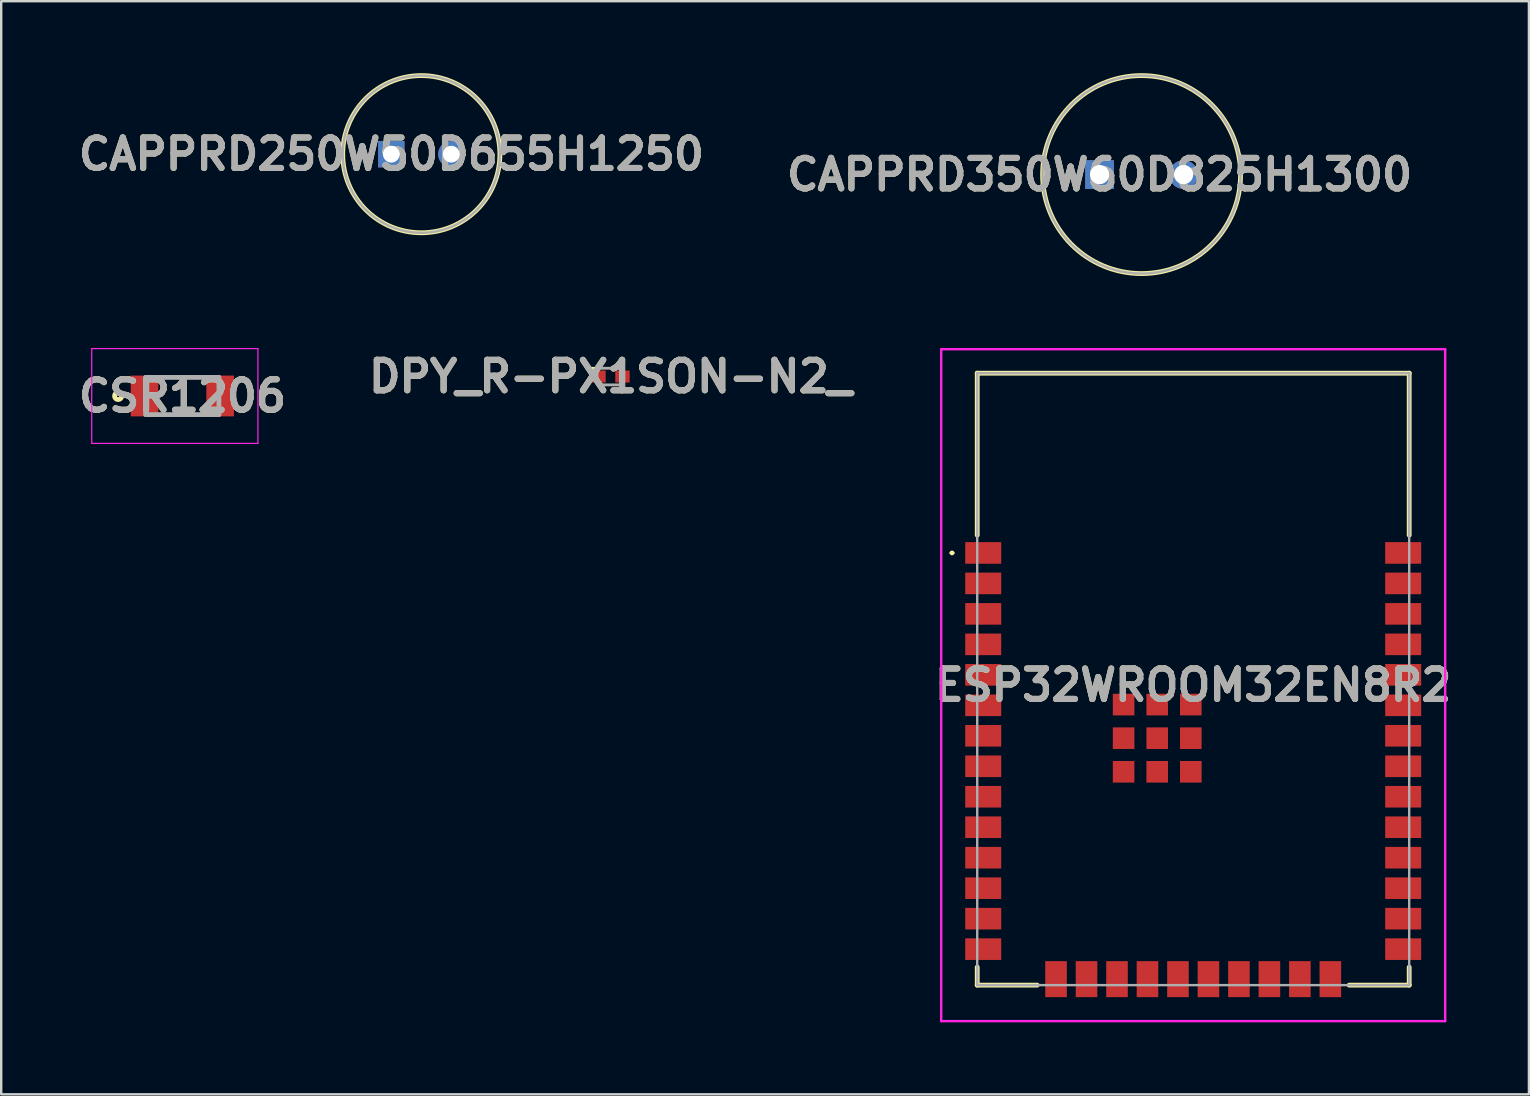
<source format=kicad_pcb>
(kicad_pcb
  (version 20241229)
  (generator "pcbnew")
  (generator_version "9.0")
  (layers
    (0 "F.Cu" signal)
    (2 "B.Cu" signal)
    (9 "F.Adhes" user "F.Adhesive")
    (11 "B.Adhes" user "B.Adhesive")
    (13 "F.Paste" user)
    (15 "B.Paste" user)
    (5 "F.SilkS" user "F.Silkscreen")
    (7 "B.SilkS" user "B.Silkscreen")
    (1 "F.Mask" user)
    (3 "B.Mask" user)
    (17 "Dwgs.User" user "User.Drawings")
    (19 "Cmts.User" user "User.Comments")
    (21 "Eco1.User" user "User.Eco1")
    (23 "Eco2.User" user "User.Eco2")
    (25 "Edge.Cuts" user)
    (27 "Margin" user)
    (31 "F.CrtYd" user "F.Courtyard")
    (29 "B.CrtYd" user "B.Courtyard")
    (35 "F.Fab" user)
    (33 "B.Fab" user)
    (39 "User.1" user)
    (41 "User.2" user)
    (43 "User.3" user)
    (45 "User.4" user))
  (footprint "CSR1206"
    (layer "F.Cu")
    (at 4.548 13.45)
    (property "Reference" "CSR1206" (at 0 0 0) (layer "F.SilkS") (effects (font (size 1.27 1.27) (thickness 0.254))))
    (attr smd)
    (fp_circle (center -2.675 0) (end -2.675 0.05) (stroke (width 0.2) (type solid)) (fill no) (layer "F.SilkS"))
    (fp_line (start -3.775 -1.975) (end 3.15 -1.975) (stroke (width 0.05) (type solid)) (layer "F.CrtYd"))
    (fp_line (start -3.775 1.975) (end -3.775 -1.975) (stroke (width 0.05) (type solid)) (layer "F.CrtYd"))
    (fp_line (start 3.15 -1.975) (end 3.15 1.975) (stroke (width 0.05) (type solid)) (layer "F.CrtYd"))
    (fp_line (start 3.15 1.975) (end -3.775 1.975) (stroke (width 0.05) (type solid)) (layer "F.CrtYd"))
    (fp_line (start -1.525 -0.775) (end 1.525 -0.775) (stroke (width 0.2) (type solid)) (layer "F.Fab"))
    (fp_line (start -1.525 0.775) (end -1.525 -0.775) (stroke (width 0.2) (type solid)) (layer "F.Fab"))
    (fp_line (start 1.525 -0.775) (end 1.525 0.775) (stroke (width 0.2) (type solid)) (layer "F.Fab"))
    (fp_line (start 1.525 0.775) (end -1.525 0.775) (stroke (width 0.2) (type solid)) (layer "F.Fab"))
    (fp_text user "${REFERENCE}" (at 0 0 0) (layer "F.Fab") (effects (font (size 1.27 1.27) (thickness 0.254))))
    (pad "1" smd rect (at -1.575 0) (size 1.15 1.7) (layers "F.Cu" "F.Mask" "F.Paste"))
    (pad "2" smd rect (at 1.575 0) (size 1.15 1.7) (layers "F.Cu" "F.Mask" "F.Paste")))
  (footprint "CAPPRD350W60D825H1300"
    (layer "F.Cu")
    (at 42.769 4.225)
    (property "Reference" "CAPPRD350W60D825H1300" (at 0 0 0) (layer "F.SilkS") (effects (font (size 1.27 1.27) (thickness 0.254))))
    (attr through_hole)
    (fp_circle (center 1.75 0) (end 1.75 4.125) (stroke (width 0.2) (type solid)) (fill no) (layer "F.SilkS"))
    (fp_circle (center 1.75 0) (end 1.75 4.125) (stroke (width 0.1) (type solid)) (fill no) (layer "F.Fab"))
    (fp_text user "${REFERENCE}" (at 0 0 0) (layer "F.Fab") (effects (font (size 1.27 1.27) (thickness 0.254))))
    (pad "1" thru_hole rect (at 0 0) (size 1.2 1.2) (drill 0.8) (layers "*.Cu" "*.Mask"))
    (pad "2" thru_hole circle (at 3.5 0) (size 1.2 1.2) (drill 0.8) (layers "*.Cu" "*.Mask")))
  (footprint "DPY_R-PX1SON-N2_"
    (layer "F.Cu")
    (at 22.389 12.639)
    (property "Reference" "DPY_R-PX1SON-N2_" (at 0 0 0) (layer "F.SilkS") (effects (font (size 1.27 1.27) (thickness 0.254))))
    (attr smd)
    (fp_line (start -1 -0.35) (end 0.55 -0.35) (stroke (width 0.1) (type solid)) (layer "F.SilkS"))
    (fp_line (start -0.55 0.35) (end 0.55 0.35) (stroke (width 0.1) (type solid)) (layer "F.SilkS"))
    (fp_line (start -0.55 -0.35) (end 0.55 -0.35) (stroke (width 0.1) (type solid)) (layer "F.Fab"))
    (fp_line (start -0.55 0.35) (end -0.55 -0.35) (stroke (width 0.1) (type solid)) (layer "F.Fab"))
    (fp_line (start 0.55 -0.35) (end 0.55 0.35) (stroke (width 0.1) (type solid)) (layer "F.Fab"))
    (fp_line (start 0.55 0.35) (end -0.55 0.35) (stroke (width 0.1) (type solid)) (layer "F.Fab"))
    (fp_text user "${REFERENCE}" (at 0 0 0) (layer "F.Fab") (effects (font (size 1.27 1.27) (thickness 0.254))))
    (pad "1" smd rect (at -0.5 0 90) (size 0.5 0.6) (layers "F.Cu" "F.Mask" "F.Paste"))
    (pad "2" smd rect (at 0.5 0 90) (size 0.5 0.6) (layers "F.Cu" "F.Mask" "F.Paste")))
  (footprint "CAPPRD250W50D655H1250"
    (layer "F.Cu")
    (at 13.256 3.375)
    (property "Reference" "CAPPRD250W50D655H1250" (at 0 0 0) (layer "F.SilkS") (effects (font (size 1.27 1.27) (thickness 0.254))))
    (attr through_hole)
    (fp_circle (center 1.25 0) (end 1.25 3.275) (stroke (width 0.2) (type solid)) (fill no) (layer "F.SilkS"))
    (fp_circle (center 1.25 0) (end 1.25 3.275) (stroke (width 0.1) (type solid)) (fill no) (layer "F.Fab"))
    (fp_text user "${REFERENCE}" (at 0 0 0) (layer "F.Fab") (effects (font (size 1.27 1.27) (thickness 0.254))))
    (pad "1" thru_hole rect (at 0 0) (size 1.1 1.1) (drill 0.7) (layers "*.Cu" "*.Mask"))
    (pad "2" thru_hole circle (at 2.5 0) (size 1.1 1.1) (drill 0.7) (layers "*.Cu" "*.Mask")))
  (footprint "ESP32WROOM32EN8R2"
    (layer "F.Cu")
    (at 46.67 25.25)
    (property "Reference" "ESP32WROOM32EN8R2" (at 0 0.25 0) (layer "F.SilkS") (effects (font (size 1.27 1.27) (thickness 0.254))))
    (attr smd)
    (fp_line (start -10.1 -5.26) (end -10.1 -5.26) (stroke (width 0.1) (type solid)) (layer "F.SilkS"))
    (fp_line (start -10 -5.26) (end -10 -5.26) (stroke (width 0.1) (type solid)) (layer "F.SilkS"))
    (fp_line (start -9 -12.75) (end 9 -12.75) (stroke (width 0.2) (type solid)) (layer "F.SilkS"))
    (fp_line (start -9 -6) (end -9 -12.75) (stroke (width 0.2) (type solid)) (layer "F.SilkS"))
    (fp_line (start -9 12.75) (end -9 12) (stroke (width 0.2) (type solid)) (layer "F.SilkS"))
    (fp_line (start -6.5 12.75) (end -9 12.75) (stroke (width 0.2) (type solid)) (layer "F.SilkS"))
    (fp_line (start 9 -12.75) (end 9 -6) (stroke (width 0.2) (type solid)) (layer "F.SilkS"))
    (fp_line (start 9 12) (end 9 12.75) (stroke (width 0.2) (type solid)) (layer "F.SilkS"))
    (fp_line (start 9 12.75) (end 6.5 12.75) (stroke (width 0.2) (type solid)) (layer "F.SilkS"))
    (fp_arc (start -10.1 -5.26) (mid -10.05 -5.31) (end -10 -5.26) (stroke (width 0.1) (type solid)) (layer "F.SilkS"))
    (fp_arc (start -10 -5.26) (mid -10.05 -5.21) (end -10.1 -5.26) (stroke (width 0.1) (type solid)) (layer "F.SilkS"))
    (fp_line (start -10.5 -13.75) (end 10.5 -13.75) (stroke (width 0.1) (type solid)) (layer "F.CrtYd"))
    (fp_line (start -10.5 14.25) (end -10.5 -13.75) (stroke (width 0.1) (type solid)) (layer "F.CrtYd"))
    (fp_line (start 10.5 -13.75) (end 10.5 14.25) (stroke (width 0.1) (type solid)) (layer "F.CrtYd"))
    (fp_line (start 10.5 14.25) (end -10.5 14.25) (stroke (width 0.1) (type solid)) (layer "F.CrtYd"))
    (fp_line (start -9 -12.75) (end -9 12.75) (stroke (width 0.1) (type solid)) (layer "F.Fab"))
    (fp_line (start -9 12.75) (end 9 12.75) (stroke (width 0.1) (type solid)) (layer "F.Fab"))
    (fp_line (start 9 -12.75) (end -9 -12.75) (stroke (width 0.1) (type solid)) (layer "F.Fab"))
    (fp_line (start 9 12.75) (end 9 -12.75) (stroke (width 0.1) (type solid)) (layer "F.Fab"))
    (fp_text user "${REFERENCE}" (at 0 0.25 0) (layer "F.Fab") (effects (font (size 1.27 1.27) (thickness 0.254))))
    (pad "1" smd rect (at -8.75 -5.26 90) (size 0.9 1.5) (layers "F.Cu" "F.Mask" "F.Paste"))
    (pad "2" smd rect (at -8.75 -3.99 90) (size 0.9 1.5) (layers "F.Cu" "F.Mask" "F.Paste"))
    (pad "3" smd rect (at -8.75 -2.72 90) (size 0.9 1.5) (layers "F.Cu" "F.Mask" "F.Paste"))
    (pad "4" smd rect (at -8.75 -1.45 90) (size 0.9 1.5) (layers "F.Cu" "F.Mask" "F.Paste"))
    (pad "5" smd rect (at -8.75 -0.18 90) (size 0.9 1.5) (layers "F.Cu" "F.Mask" "F.Paste"))
    (pad "6" smd rect (at -8.75 1.09 90) (size 0.9 1.5) (layers "F.Cu" "F.Mask" "F.Paste"))
    (pad "7" smd rect (at -8.75 2.36 90) (size 0.9 1.5) (layers "F.Cu" "F.Mask" "F.Paste"))
    (pad "8" smd rect (at -8.75 3.63 90) (size 0.9 1.5) (layers "F.Cu" "F.Mask" "F.Paste"))
    (pad "9" smd rect (at -8.75 4.9 90) (size 0.9 1.5) (layers "F.Cu" "F.Mask" "F.Paste"))
    (pad "10" smd rect (at -8.75 6.17 90) (size 0.9 1.5) (layers "F.Cu" "F.Mask" "F.Paste"))
    (pad "11" smd rect (at -8.75 7.44 90) (size 0.9 1.5) (layers "F.Cu" "F.Mask" "F.Paste"))
    (pad "12" smd rect (at -8.75 8.71 90) (size 0.9 1.5) (layers "F.Cu" "F.Mask" "F.Paste"))
    (pad "13" smd rect (at -8.75 9.98 90) (size 0.9 1.5) (layers "F.Cu" "F.Mask" "F.Paste"))
    (pad "14" smd rect (at -8.75 11.25 90) (size 0.9 1.5) (layers "F.Cu" "F.Mask" "F.Paste"))
    (pad "15" smd rect (at -5.715 12.5) (size 0.9 1.5) (layers "F.Cu" "F.Mask" "F.Paste"))
    (pad "16" smd rect (at -4.445 12.5) (size 0.9 1.5) (layers "F.Cu" "F.Mask" "F.Paste"))
    (pad "17" smd rect (at -3.175 12.5) (size 0.9 1.5) (layers "F.Cu" "F.Mask" "F.Paste"))
    (pad "18" smd rect (at -1.905 12.5) (size 0.9 1.5) (layers "F.Cu" "F.Mask" "F.Paste"))
    (pad "19" smd rect (at -0.635 12.5) (size 0.9 1.5) (layers "F.Cu" "F.Mask" "F.Paste"))
    (pad "20" smd rect (at 0.635 12.5) (size 0.9 1.5) (layers "F.Cu" "F.Mask" "F.Paste"))
    (pad "21" smd rect (at 1.905 12.5) (size 0.9 1.5) (layers "F.Cu" "F.Mask" "F.Paste"))
    (pad "22" smd rect (at 3.175 12.5) (size 0.9 1.5) (layers "F.Cu" "F.Mask" "F.Paste"))
    (pad "23" smd rect (at 4.445 12.5) (size 0.9 1.5) (layers "F.Cu" "F.Mask" "F.Paste"))
    (pad "24" smd rect (at 5.715 12.5) (size 0.9 1.5) (layers "F.Cu" "F.Mask" "F.Paste"))
    (pad "25" smd rect (at 8.75 11.25 90) (size 0.9 1.5) (layers "F.Cu" "F.Mask" "F.Paste"))
    (pad "26" smd rect (at 8.75 9.98 90) (size 0.9 1.5) (layers "F.Cu" "F.Mask" "F.Paste"))
    (pad "27" smd rect (at 8.75 8.71 90) (size 0.9 1.5) (layers "F.Cu" "F.Mask" "F.Paste"))
    (pad "28" smd rect (at 8.75 7.44 90) (size 0.9 1.5) (layers "F.Cu" "F.Mask" "F.Paste"))
    (pad "29" smd rect (at 8.75 6.17 90) (size 0.9 1.5) (layers "F.Cu" "F.Mask" "F.Paste"))
    (pad "30" smd rect (at 8.75 4.9 90) (size 0.9 1.5) (layers "F.Cu" "F.Mask" "F.Paste"))
    (pad "31" smd rect (at 8.75 3.63 90) (size 0.9 1.5) (layers "F.Cu" "F.Mask" "F.Paste"))
    (pad "32" smd rect (at 8.75 2.36 90) (size 0.9 1.5) (layers "F.Cu" "F.Mask" "F.Paste"))
    (pad "33" smd rect (at 8.75 1.09 90) (size 0.9 1.5) (layers "F.Cu" "F.Mask" "F.Paste"))
    (pad "34" smd rect (at 8.75 -0.18 90) (size 0.9 1.5) (layers "F.Cu" "F.Mask" "F.Paste"))
    (pad "35" smd rect (at 8.75 -1.45 90) (size 0.9 1.5) (layers "F.Cu" "F.Mask" "F.Paste"))
    (pad "36" smd rect (at 8.75 -2.72 90) (size 0.9 1.5) (layers "F.Cu" "F.Mask" "F.Paste"))
    (pad "37" smd rect (at 8.75 -3.99 90) (size 0.9 1.5) (layers "F.Cu" "F.Mask" "F.Paste"))
    (pad "38" smd rect (at 8.75 -5.26 90) (size 0.9 1.5) (layers "F.Cu" "F.Mask" "F.Paste"))
    (pad "39" smd rect (at -1.5 2.46 90) (size 0.9 0.9) (layers "F.Cu" "F.Mask" "F.Paste"))
    (pad "40" smd rect (at -2.9 2.46 90) (size 0.9 0.9) (layers "F.Cu" "F.Mask" "F.Paste"))
    (pad "41" smd rect (at -2.9 3.86 90) (size 0.9 0.9) (layers "F.Cu" "F.Mask" "F.Paste"))
    (pad "42" smd rect (at -1.5 3.86 90) (size 0.9 0.9) (layers "F.Cu" "F.Mask" "F.Paste"))
    (pad "43" smd rect (at -0.1 3.86 90) (size 0.9 0.9) (layers "F.Cu" "F.Mask" "F.Paste"))
    (pad "44" smd rect (at -0.1 2.46 90) (size 0.9 0.9) (layers "F.Cu" "F.Mask" "F.Paste"))
    (pad "45" smd rect (at -0.1 1.06 90) (size 0.9 0.9) (layers "F.Cu" "F.Mask" "F.Paste"))
    (pad "46" smd rect (at -1.5 1.06 90) (size 0.9 0.9) (layers "F.Cu" "F.Mask" "F.Paste"))
    (pad "47" smd rect (at -2.9 1.06 90) (size 0.9 0.9) (layers "F.Cu" "F.Mask" "F.Paste")))
  (gr_rect
    (start -3 -3)
    (end 60.659 42.55)
    (stroke (width 0.1) (type default))
    (fill no)
    (layer "Edge.Cuts")))
</source>
